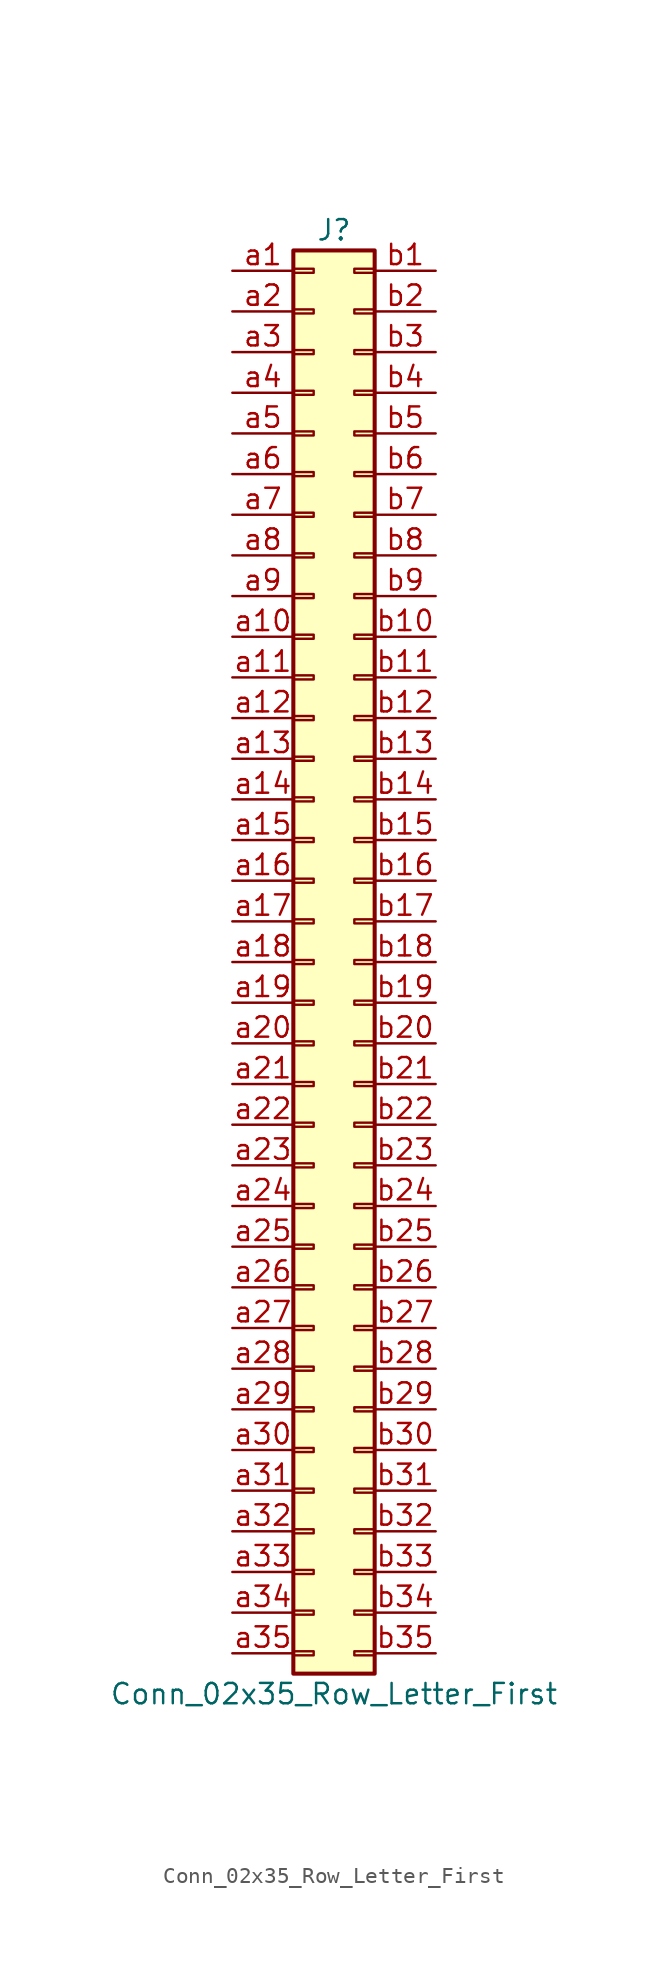
<source format=kicad_sym>
(kicad_symbol_lib
  (version 20220914)
  (generator kicad_symbol_editor)
  (symbol "Conn_02x35_Row_Letter_First"
    (pin_names
      (offset 1.016) hide)
    (property "Reference" "J"
      (at 1.27 45.72 0)
      (effects (font (size 1.27 1.27))))
    (property "Value" "Conn_02x35_Row_Letter_First"
      (at 1.27 -45.72 0)
      (effects (font (size 1.27 1.27))))
    (symbol "Conn_02x35_Row_Letter_First_1_1"
      (rectangle (start -1.27 -43.053) (end 0 -43.307) (stroke (width 0.152) (type default)) (fill (type none)))
      (rectangle (start -1.27 -40.513) (end 0 -40.767) (stroke (width 0.152) (type default)) (fill (type none)))
      (rectangle (start -1.27 -37.973) (end 0 -38.227) (stroke (width 0.152) (type default)) (fill (type none)))
      (rectangle (start -1.27 -35.433) (end 0 -35.687) (stroke (width 0.152) (type default)) (fill (type none)))
      (rectangle (start -1.27 -32.893) (end 0 -33.147) (stroke (width 0.152) (type default)) (fill (type none)))
      (rectangle (start -1.27 -30.353) (end 0 -30.607) (stroke (width 0.152) (type default)) (fill (type none)))
      (rectangle (start -1.27 -27.813) (end 0 -28.067) (stroke (width 0.152) (type default)) (fill (type none)))
      (rectangle (start -1.27 -25.273) (end 0 -25.527) (stroke (width 0.152) (type default)) (fill (type none)))
      (rectangle (start -1.27 -22.733) (end 0 -22.987) (stroke (width 0.152) (type default)) (fill (type none)))
      (rectangle (start -1.27 -20.193) (end 0 -20.447) (stroke (width 0.152) (type default)) (fill (type none)))
      (rectangle (start -1.27 -17.653) (end 0 -17.907) (stroke (width 0.152) (type default)) (fill (type none)))
      (rectangle (start -1.27 -15.113) (end 0 -15.367) (stroke (width 0.152) (type default)) (fill (type none)))
      (rectangle (start -1.27 -12.573) (end 0 -12.827) (stroke (width 0.152) (type default)) (fill (type none)))
      (rectangle (start -1.27 -10.033) (end 0 -10.287) (stroke (width 0.152) (type default)) (fill (type none)))
      (rectangle (start -1.27 -7.493) (end 0 -7.747) (stroke (width 0.152) (type default)) (fill (type none)))
      (rectangle (start -1.27 -4.953) (end 0 -5.207) (stroke (width 0.152) (type default)) (fill (type none)))
      (rectangle (start -1.27 -2.413) (end 0 -2.667) (stroke (width 0.152) (type default)) (fill (type none)))
      (rectangle (start -1.27 0.127) (end 0 -0.127) (stroke (width 0.152) (type default)) (fill (type none)))
      (rectangle (start -1.27 2.667) (end 0 2.413) (stroke (width 0.152) (type default)) (fill (type none)))
      (rectangle (start -1.27 5.207) (end 0 4.953) (stroke (width 0.152) (type default)) (fill (type none)))
      (rectangle (start -1.27 7.747) (end 0 7.493) (stroke (width 0.152) (type default)) (fill (type none)))
      (rectangle (start -1.27 10.287) (end 0 10.033) (stroke (width 0.152) (type default)) (fill (type none)))
      (rectangle (start -1.27 12.827) (end 0 12.573) (stroke (width 0.152) (type default)) (fill (type none)))
      (rectangle (start -1.27 15.367) (end 0 15.113) (stroke (width 0.152) (type default)) (fill (type none)))
      (rectangle (start -1.27 17.907) (end 0 17.653) (stroke (width 0.152) (type default)) (fill (type none)))
      (rectangle (start -1.27 20.447) (end 0 20.193) (stroke (width 0.152) (type default)) (fill (type none)))
      (rectangle (start -1.27 22.987) (end 0 22.733) (stroke (width 0.152) (type default)) (fill (type none)))
      (rectangle (start -1.27 25.527) (end 0 25.273) (stroke (width 0.152) (type default)) (fill (type none)))
      (rectangle (start -1.27 28.067) (end 0 27.813) (stroke (width 0.152) (type default)) (fill (type none)))
      (rectangle (start -1.27 30.607) (end 0 30.353) (stroke (width 0.152) (type default)) (fill (type none)))
      (rectangle (start -1.27 33.147) (end 0 32.893) (stroke (width 0.152) (type default)) (fill (type none)))
      (rectangle (start -1.27 35.687) (end 0 35.433) (stroke (width 0.152) (type default)) (fill (type none)))
      (rectangle (start -1.27 38.227) (end 0 37.973) (stroke (width 0.152) (type default)) (fill (type none)))
      (rectangle (start -1.27 40.767) (end 0 40.513) (stroke (width 0.152) (type default)) (fill (type none)))
      (rectangle (start -1.27 43.307) (end 0 43.053) (stroke (width 0.152) (type default)) (fill (type none)))
      (rectangle (start -1.27 44.45) (end 3.81 -44.45) (stroke (width 0.254) (type default)) (fill (type background)))
      (rectangle (start 3.81 -43.053) (end 2.54 -43.307) (stroke (width 0.152) (type default)) (fill (type none)))
      (rectangle (start 3.81 -40.513) (end 2.54 -40.767) (stroke (width 0.152) (type default)) (fill (type none)))
      (rectangle (start 3.81 -37.973) (end 2.54 -38.227) (stroke (width 0.152) (type default)) (fill (type none)))
      (rectangle (start 3.81 -35.433) (end 2.54 -35.687) (stroke (width 0.152) (type default)) (fill (type none)))
      (rectangle (start 3.81 -32.893) (end 2.54 -33.147) (stroke (width 0.152) (type default)) (fill (type none)))
      (rectangle (start 3.81 -30.353) (end 2.54 -30.607) (stroke (width 0.152) (type default)) (fill (type none)))
      (rectangle (start 3.81 -27.813) (end 2.54 -28.067) (stroke (width 0.152) (type default)) (fill (type none)))
      (rectangle (start 3.81 -25.273) (end 2.54 -25.527) (stroke (width 0.152) (type default)) (fill (type none)))
      (rectangle (start 3.81 -22.733) (end 2.54 -22.987) (stroke (width 0.152) (type default)) (fill (type none)))
      (rectangle (start 3.81 -20.193) (end 2.54 -20.447) (stroke (width 0.152) (type default)) (fill (type none)))
      (rectangle (start 3.81 -17.653) (end 2.54 -17.907) (stroke (width 0.152) (type default)) (fill (type none)))
      (rectangle (start 3.81 -15.113) (end 2.54 -15.367) (stroke (width 0.152) (type default)) (fill (type none)))
      (rectangle (start 3.81 -12.573) (end 2.54 -12.827) (stroke (width 0.152) (type default)) (fill (type none)))
      (rectangle (start 3.81 -10.033) (end 2.54 -10.287) (stroke (width 0.152) (type default)) (fill (type none)))
      (rectangle (start 3.81 -7.493) (end 2.54 -7.747) (stroke (width 0.152) (type default)) (fill (type none)))
      (rectangle (start 3.81 -4.953) (end 2.54 -5.207) (stroke (width 0.152) (type default)) (fill (type none)))
      (rectangle (start 3.81 -2.413) (end 2.54 -2.667) (stroke (width 0.152) (type default)) (fill (type none)))
      (rectangle (start 3.81 0.127) (end 2.54 -0.127) (stroke (width 0.152) (type default)) (fill (type none)))
      (rectangle (start 3.81 2.667) (end 2.54 2.413) (stroke (width 0.152) (type default)) (fill (type none)))
      (rectangle (start 3.81 5.207) (end 2.54 4.953) (stroke (width 0.152) (type default)) (fill (type none)))
      (rectangle (start 3.81 7.747) (end 2.54 7.493) (stroke (width 0.152) (type default)) (fill (type none)))
      (rectangle (start 3.81 10.287) (end 2.54 10.033) (stroke (width 0.152) (type default)) (fill (type none)))
      (rectangle (start 3.81 12.827) (end 2.54 12.573) (stroke (width 0.152) (type default)) (fill (type none)))
      (rectangle (start 3.81 15.367) (end 2.54 15.113) (stroke (width 0.152) (type default)) (fill (type none)))
      (rectangle (start 3.81 17.907) (end 2.54 17.653) (stroke (width 0.152) (type default)) (fill (type none)))
      (rectangle (start 3.81 20.447) (end 2.54 20.193) (stroke (width 0.152) (type default)) (fill (type none)))
      (rectangle (start 3.81 22.987) (end 2.54 22.733) (stroke (width 0.152) (type default)) (fill (type none)))
      (rectangle (start 3.81 25.527) (end 2.54 25.273) (stroke (width 0.152) (type default)) (fill (type none)))
      (rectangle (start 3.81 28.067) (end 2.54 27.813) (stroke (width 0.152) (type default)) (fill (type none)))
      (rectangle (start 3.81 30.607) (end 2.54 30.353) (stroke (width 0.152) (type default)) (fill (type none)))
      (rectangle (start 3.81 33.147) (end 2.54 32.893) (stroke (width 0.152) (type default)) (fill (type none)))
      (rectangle (start 3.81 35.687) (end 2.54 35.433) (stroke (width 0.152) (type default)) (fill (type none)))
      (rectangle (start 3.81 38.227) (end 2.54 37.973) (stroke (width 0.152) (type default)) (fill (type none)))
      (rectangle (start 3.81 40.767) (end 2.54 40.513) (stroke (width 0.152) (type default)) (fill (type none)))
      (rectangle (start 3.81 43.307) (end 2.54 43.053) (stroke (width 0.152) (type default)) (fill (type none)))
      (pin passive line (at -5.08 43.18 0) (length 3.81) (name "Pin_a1" (effects (font (size 1.27 1.27)))) (number "a1" (effects (font (size 1.27 1.27)))))
      (pin passive line (at -5.08 20.32 0) (length 3.81) (name "Pin_a10" (effects (font (size 1.27 1.27)))) (number "a10" (effects (font (size 1.27 1.27)))))
      (pin passive line (at -5.08 17.78 0) (length 3.81) (name "Pin_a11" (effects (font (size 1.27 1.27)))) (number "a11" (effects (font (size 1.27 1.27)))))
      (pin passive line (at -5.08 15.24 0) (length 3.81) (name "Pin_a12" (effects (font (size 1.27 1.27)))) (number "a12" (effects (font (size 1.27 1.27)))))
      (pin passive line (at -5.08 12.7 0) (length 3.81) (name "Pin_a13" (effects (font (size 1.27 1.27)))) (number "a13" (effects (font (size 1.27 1.27)))))
      (pin passive line (at -5.08 10.16 0) (length 3.81) (name "Pin_a14" (effects (font (size 1.27 1.27)))) (number "a14" (effects (font (size 1.27 1.27)))))
      (pin passive line (at -5.08 7.62 0) (length 3.81) (name "Pin_a15" (effects (font (size 1.27 1.27)))) (number "a15" (effects (font (size 1.27 1.27)))))
      (pin passive line (at -5.08 5.08 0) (length 3.81) (name "Pin_a16" (effects (font (size 1.27 1.27)))) (number "a16" (effects (font (size 1.27 1.27)))))
      (pin passive line (at -5.08 2.54 0) (length 3.81) (name "Pin_a17" (effects (font (size 1.27 1.27)))) (number "a17" (effects (font (size 1.27 1.27)))))
      (pin passive line (at -5.08 0 0) (length 3.81) (name "Pin_a18" (effects (font (size 1.27 1.27)))) (number "a18" (effects (font (size 1.27 1.27)))))
      (pin passive line (at -5.08 -2.54 0) (length 3.81) (name "Pin_a19" (effects (font (size 1.27 1.27)))) (number "a19" (effects (font (size 1.27 1.27)))))
      (pin passive line (at -5.08 40.64 0) (length 3.81) (name "Pin_a2" (effects (font (size 1.27 1.27)))) (number "a2" (effects (font (size 1.27 1.27)))))
      (pin passive line (at -5.08 -5.08 0) (length 3.81) (name "Pin_a20" (effects (font (size 1.27 1.27)))) (number "a20" (effects (font (size 1.27 1.27)))))
      (pin passive line (at -5.08 -7.62 0) (length 3.81) (name "Pin_a21" (effects (font (size 1.27 1.27)))) (number "a21" (effects (font (size 1.27 1.27)))))
      (pin passive line (at -5.08 -10.16 0) (length 3.81) (name "Pin_a22" (effects (font (size 1.27 1.27)))) (number "a22" (effects (font (size 1.27 1.27)))))
      (pin passive line (at -5.08 -12.7 0) (length 3.81) (name "Pin_a23" (effects (font (size 1.27 1.27)))) (number "a23" (effects (font (size 1.27 1.27)))))
      (pin passive line (at -5.08 -15.24 0) (length 3.81) (name "Pin_a24" (effects (font (size 1.27 1.27)))) (number "a24" (effects (font (size 1.27 1.27)))))
      (pin passive line (at -5.08 -17.78 0) (length 3.81) (name "Pin_a25" (effects (font (size 1.27 1.27)))) (number "a25" (effects (font (size 1.27 1.27)))))
      (pin passive line (at -5.08 -20.32 0) (length 3.81) (name "Pin_a26" (effects (font (size 1.27 1.27)))) (number "a26" (effects (font (size 1.27 1.27)))))
      (pin passive line (at -5.08 -22.86 0) (length 3.81) (name "Pin_a27" (effects (font (size 1.27 1.27)))) (number "a27" (effects (font (size 1.27 1.27)))))
      (pin passive line (at -5.08 -25.4 0) (length 3.81) (name "Pin_a28" (effects (font (size 1.27 1.27)))) (number "a28" (effects (font (size 1.27 1.27)))))
      (pin passive line (at -5.08 -27.94 0) (length 3.81) (name "Pin_a29" (effects (font (size 1.27 1.27)))) (number "a29" (effects (font (size 1.27 1.27)))))
      (pin passive line (at -5.08 38.1 0) (length 3.81) (name "Pin_a3" (effects (font (size 1.27 1.27)))) (number "a3" (effects (font (size 1.27 1.27)))))
      (pin passive line (at -5.08 -30.48 0) (length 3.81) (name "Pin_a30" (effects (font (size 1.27 1.27)))) (number "a30" (effects (font (size 1.27 1.27)))))
      (pin passive line (at -5.08 -33.02 0) (length 3.81) (name "Pin_a31" (effects (font (size 1.27 1.27)))) (number "a31" (effects (font (size 1.27 1.27)))))
      (pin passive line (at -5.08 -35.56 0) (length 3.81) (name "Pin_a32" (effects (font (size 1.27 1.27)))) (number "a32" (effects (font (size 1.27 1.27)))))
      (pin passive line (at -5.08 -38.1 0) (length 3.81) (name "Pin_a33" (effects (font (size 1.27 1.27)))) (number "a33" (effects (font (size 1.27 1.27)))))
      (pin passive line (at -5.08 -40.64 0) (length 3.81) (name "Pin_a34" (effects (font (size 1.27 1.27)))) (number "a34" (effects (font (size 1.27 1.27)))))
      (pin passive line (at -5.08 -43.18 0) (length 3.81) (name "Pin_a35" (effects (font (size 1.27 1.27)))) (number "a35" (effects (font (size 1.27 1.27)))))
      (pin passive line (at -5.08 35.56 0) (length 3.81) (name "Pin_a4" (effects (font (size 1.27 1.27)))) (number "a4" (effects (font (size 1.27 1.27)))))
      (pin passive line (at -5.08 33.02 0) (length 3.81) (name "Pin_a5" (effects (font (size 1.27 1.27)))) (number "a5" (effects (font (size 1.27 1.27)))))
      (pin passive line (at -5.08 30.48 0) (length 3.81) (name "Pin_a6" (effects (font (size 1.27 1.27)))) (number "a6" (effects (font (size 1.27 1.27)))))
      (pin passive line (at -5.08 27.94 0) (length 3.81) (name "Pin_a7" (effects (font (size 1.27 1.27)))) (number "a7" (effects (font (size 1.27 1.27)))))
      (pin passive line (at -5.08 25.4 0) (length 3.81) (name "Pin_a8" (effects (font (size 1.27 1.27)))) (number "a8" (effects (font (size 1.27 1.27)))))
      (pin passive line (at -5.08 22.86 0) (length 3.81) (name "Pin_a9" (effects (font (size 1.27 1.27)))) (number "a9" (effects (font (size 1.27 1.27)))))
      (pin passive line (at 7.62 43.18 180) (length 3.81) (name "Pin_b1" (effects (font (size 1.27 1.27)))) (number "b1" (effects (font (size 1.27 1.27)))))
      (pin passive line (at 7.62 20.32 180) (length 3.81) (name "Pin_b10" (effects (font (size 1.27 1.27)))) (number "b10" (effects (font (size 1.27 1.27)))))
      (pin passive line (at 7.62 17.78 180) (length 3.81) (name "Pin_b11" (effects (font (size 1.27 1.27)))) (number "b11" (effects (font (size 1.27 1.27)))))
      (pin passive line (at 7.62 15.24 180) (length 3.81) (name "Pin_b12" (effects (font (size 1.27 1.27)))) (number "b12" (effects (font (size 1.27 1.27)))))
      (pin passive line (at 7.62 12.7 180) (length 3.81) (name "Pin_b13" (effects (font (size 1.27 1.27)))) (number "b13" (effects (font (size 1.27 1.27)))))
      (pin passive line (at 7.62 10.16 180) (length 3.81) (name "Pin_b14" (effects (font (size 1.27 1.27)))) (number "b14" (effects (font (size 1.27 1.27)))))
      (pin passive line (at 7.62 7.62 180) (length 3.81) (name "Pin_b15" (effects (font (size 1.27 1.27)))) (number "b15" (effects (font (size 1.27 1.27)))))
      (pin passive line (at 7.62 5.08 180) (length 3.81) (name "Pin_b16" (effects (font (size 1.27 1.27)))) (number "b16" (effects (font (size 1.27 1.27)))))
      (pin passive line (at 7.62 2.54 180) (length 3.81) (name "Pin_b17" (effects (font (size 1.27 1.27)))) (number "b17" (effects (font (size 1.27 1.27)))))
      (pin passive line (at 7.62 0 180) (length 3.81) (name "Pin_b18" (effects (font (size 1.27 1.27)))) (number "b18" (effects (font (size 1.27 1.27)))))
      (pin passive line (at 7.62 -2.54 180) (length 3.81) (name "Pin_b19" (effects (font (size 1.27 1.27)))) (number "b19" (effects (font (size 1.27 1.27)))))
      (pin passive line (at 7.62 40.64 180) (length 3.81) (name "Pin_b2" (effects (font (size 1.27 1.27)))) (number "b2" (effects (font (size 1.27 1.27)))))
      (pin passive line (at 7.62 -5.08 180) (length 3.81) (name "Pin_b20" (effects (font (size 1.27 1.27)))) (number "b20" (effects (font (size 1.27 1.27)))))
      (pin passive line (at 7.62 -7.62 180) (length 3.81) (name "Pin_b21" (effects (font (size 1.27 1.27)))) (number "b21" (effects (font (size 1.27 1.27)))))
      (pin passive line (at 7.62 -10.16 180) (length 3.81) (name "Pin_b22" (effects (font (size 1.27 1.27)))) (number "b22" (effects (font (size 1.27 1.27)))))
      (pin passive line (at 7.62 -12.7 180) (length 3.81) (name "Pin_b23" (effects (font (size 1.27 1.27)))) (number "b23" (effects (font (size 1.27 1.27)))))
      (pin passive line (at 7.62 -15.24 180) (length 3.81) (name "Pin_b24" (effects (font (size 1.27 1.27)))) (number "b24" (effects (font (size 1.27 1.27)))))
      (pin passive line (at 7.62 -17.78 180) (length 3.81) (name "Pin_b25" (effects (font (size 1.27 1.27)))) (number "b25" (effects (font (size 1.27 1.27)))))
      (pin passive line (at 7.62 -20.32 180) (length 3.81) (name "Pin_b26" (effects (font (size 1.27 1.27)))) (number "b26" (effects (font (size 1.27 1.27)))))
      (pin passive line (at 7.62 -22.86 180) (length 3.81) (name "Pin_b27" (effects (font (size 1.27 1.27)))) (number "b27" (effects (font (size 1.27 1.27)))))
      (pin passive line (at 7.62 -25.4 180) (length 3.81) (name "Pin_b28" (effects (font (size 1.27 1.27)))) (number "b28" (effects (font (size 1.27 1.27)))))
      (pin passive line (at 7.62 -27.94 180) (length 3.81) (name "Pin_b29" (effects (font (size 1.27 1.27)))) (number "b29" (effects (font (size 1.27 1.27)))))
      (pin passive line (at 7.62 38.1 180) (length 3.81) (name "Pin_b3" (effects (font (size 1.27 1.27)))) (number "b3" (effects (font (size 1.27 1.27)))))
      (pin passive line (at 7.62 -30.48 180) (length 3.81) (name "Pin_b30" (effects (font (size 1.27 1.27)))) (number "b30" (effects (font (size 1.27 1.27)))))
      (pin passive line (at 7.62 -33.02 180) (length 3.81) (name "Pin_b31" (effects (font (size 1.27 1.27)))) (number "b31" (effects (font (size 1.27 1.27)))))
      (pin passive line (at 7.62 -35.56 180) (length 3.81) (name "Pin_b32" (effects (font (size 1.27 1.27)))) (number "b32" (effects (font (size 1.27 1.27)))))
      (pin passive line (at 7.62 -38.1 180) (length 3.81) (name "Pin_b33" (effects (font (size 1.27 1.27)))) (number "b33" (effects (font (size 1.27 1.27)))))
      (pin passive line (at 7.62 -40.64 180) (length 3.81) (name "Pin_b34" (effects (font (size 1.27 1.27)))) (number "b34" (effects (font (size 1.27 1.27)))))
      (pin passive line (at 7.62 -43.18 180) (length 3.81) (name "Pin_b35" (effects (font (size 1.27 1.27)))) (number "b35" (effects (font (size 1.27 1.27)))))
      (pin passive line (at 7.62 35.56 180) (length 3.81) (name "Pin_b4" (effects (font (size 1.27 1.27)))) (number "b4" (effects (font (size 1.27 1.27)))))
      (pin passive line (at 7.62 33.02 180) (length 3.81) (name "Pin_b5" (effects (font (size 1.27 1.27)))) (number "b5" (effects (font (size 1.27 1.27)))))
      (pin passive line (at 7.62 30.48 180) (length 3.81) (name "Pin_b6" (effects (font (size 1.27 1.27)))) (number "b6" (effects (font (size 1.27 1.27)))))
      (pin passive line (at 7.62 27.94 180) (length 3.81) (name "Pin_b7" (effects (font (size 1.27 1.27)))) (number "b7" (effects (font (size 1.27 1.27)))))
      (pin passive line (at 7.62 25.4 180) (length 3.81) (name "Pin_b8" (effects (font (size 1.27 1.27)))) (number "b8" (effects (font (size 1.27 1.27)))))
      (pin passive line (at 7.62 22.86 180) (length 3.81) (name "Pin_b9" (effects (font (size 1.27 1.27)))) (number "b9" (effects (font (size 1.27 1.27))))))))
</source>
